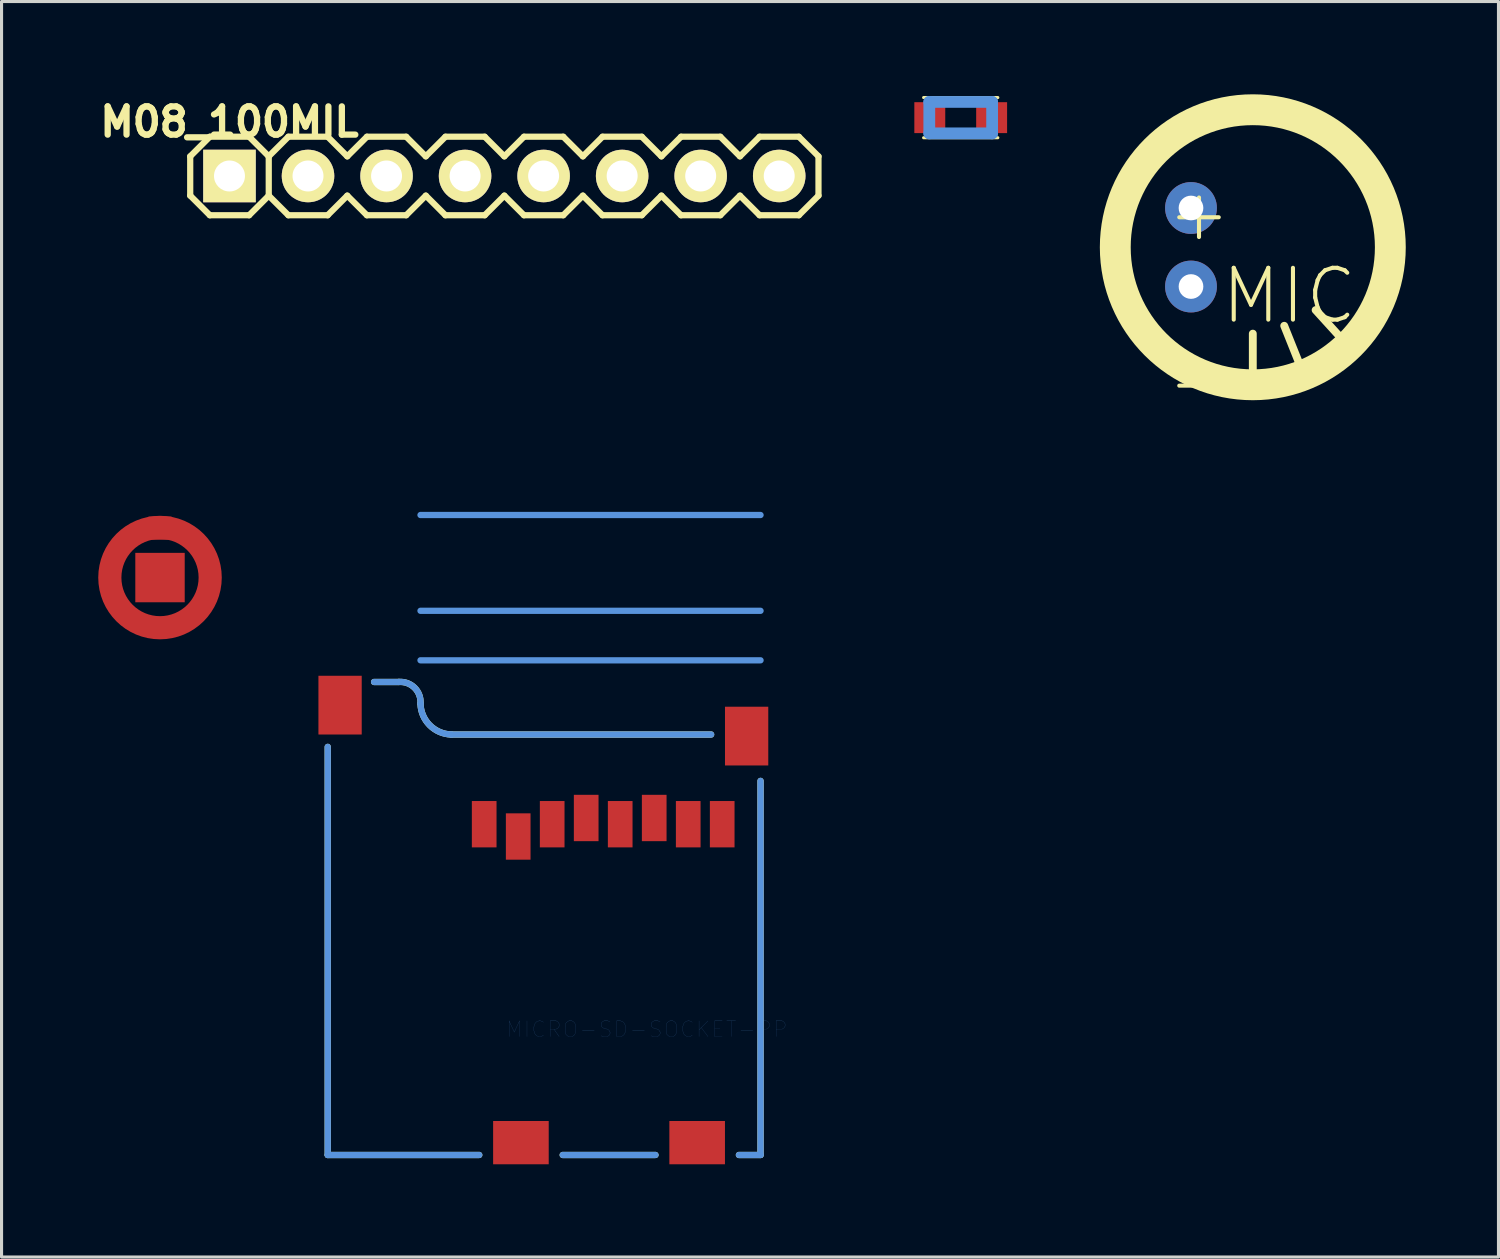
<source format=kicad_pcb>
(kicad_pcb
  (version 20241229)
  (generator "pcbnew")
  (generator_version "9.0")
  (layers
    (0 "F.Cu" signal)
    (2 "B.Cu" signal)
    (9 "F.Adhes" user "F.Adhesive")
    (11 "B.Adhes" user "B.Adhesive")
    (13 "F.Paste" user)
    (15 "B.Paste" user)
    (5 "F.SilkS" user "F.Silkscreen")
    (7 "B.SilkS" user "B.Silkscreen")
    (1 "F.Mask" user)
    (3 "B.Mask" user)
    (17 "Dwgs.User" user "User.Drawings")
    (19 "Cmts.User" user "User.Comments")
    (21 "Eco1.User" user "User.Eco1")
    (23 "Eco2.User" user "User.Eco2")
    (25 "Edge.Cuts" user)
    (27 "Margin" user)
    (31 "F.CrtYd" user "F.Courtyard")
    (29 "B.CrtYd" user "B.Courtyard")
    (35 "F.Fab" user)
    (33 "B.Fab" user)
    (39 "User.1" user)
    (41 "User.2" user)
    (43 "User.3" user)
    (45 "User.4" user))
  (footprint "MIC-9.7MM"
    (layer "F.Cu")
    (at 37.469 4.947)
    (property "Reference" "MIC-9.7MM" (at 0 0 0) (layer "Cmts.User") (effects (font (size 0.001 0.001) (thickness 0.000001))))
    (attr through_hole)
    (fp_line (start 0 4.699) (end 0 2.794) (stroke (width 0.254) (type solid)) (layer "F.SilkS"))
    (fp_line (start 1.778 4.445) (end 1.016 2.54) (stroke (width 0.254) (type solid)) (layer "F.SilkS"))
    (fp_line (start 3.302 3.429) (end 2.032 2.032) (stroke (width 0.254) (type solid)) (layer "F.SilkS"))
    (fp_circle (center 0 0) (end 4.448 0) (stroke (width 0.998) (type solid)) (fill no) (layer "F.SilkS"))
    (fp_text user "-" (at -1.74 4.346 0) (layer "F.SilkS") (effects (font (size 1.676 1.676) (thickness 0.132))))
    (fp_text user "MIC" (at 1.179 1.572 0) (layer "F.SilkS") (effects (font (size 1.676 1.676) (thickness 0.132))))
    (fp_text user "+" (at -1.74 -1.1 0) (layer "F.SilkS") (effects (font (size 1.676 1.676) (thickness 0.132))))
    (pad "GND" thru_hole oval (at -1.999 1.27) (size 1.676 1.676) (drill 0.798) (layers "*.Cu" "*.Mask"))
    (pad "POS" thru_hole oval (at -1.999 -1.27) (size 1.676 1.676) (drill 0.798) (layers "*.Cu" "*.Mask")))
  (footprint "MH2029"
    (layer "F.Cu")
    (at 28.022 0.755)
    (property "Reference" "MH2029" (at -0.05 -0.55 0) (layer "F.SilkS") (effects (font (size 0.2 0.2) (thickness 0.05))))
    (attr through_hole)
    (fp_line (start -1.2 -0.65) (end 1.2 -0.65) (stroke (width 0.1) (type solid)) (layer "F.SilkS"))
    (fp_line (start 1.2 0.65) (end -1.2 0.65) (stroke (width 0.1) (type solid)) (layer "F.SilkS"))
    (fp_line (start -1.016 -0.508) (end 1.016 -0.508) (stroke (width 0.381) (type solid)) (layer "Cmts.User"))
    (fp_line (start -1.016 0.508) (end -1.016 -0.508) (stroke (width 0.381) (type solid)) (layer "Cmts.User"))
    (fp_line (start 1.016 -0.508) (end 1.016 0.508) (stroke (width 0.381) (type solid)) (layer "Cmts.User"))
    (fp_line (start 1.016 0.508) (end -1.016 0.508) (stroke (width 0.381) (type solid)) (layer "Cmts.User"))
    (pad "1" smd rect (at -1 0) (size 1 1) (layers "F.Cu" "F.Mask" "F.Paste"))
    (pad "2" smd rect (at 1 0) (size 1 1) (layers "F.Cu" "F.Mask" "F.Paste")))
  (footprint "MICRO-SD-SOCKET-PP"
    (layer "F.Cu")
    (at 21.548 34.305)
    (property "Reference" "MICRO-SD-SOCKET-PP" (at -3.683 -4.064 0) (layer "Cmts.User") (effects (font (size 0.508 0.508) (thickness 0.003))))
    (attr through_hole)
    (fp_line (start -13.998 0) (end -13.998 -13.198) (stroke (width 0.203) (type solid)) (layer "F.SilkS"))
    (fp_line (start -13.998 0) (end -9.098 0) (stroke (width 0.203) (type solid)) (layer "F.SilkS"))
    (fp_line (start -11.699 -15.298) (end -12.499 -15.298) (stroke (width 0.203) (type solid)) (layer "F.SilkS"))
    (fp_line (start -10 -13.599) (end -1.598 -13.599) (stroke (width 0.203) (type solid)) (layer "F.SilkS"))
    (fp_line (start -3.399 0) (end -6.398 0) (stroke (width 0.203) (type solid)) (layer "F.SilkS"))
    (fp_line (start 0 -12.098) (end 0 0) (stroke (width 0.203) (type solid)) (layer "F.SilkS"))
    (fp_line (start 0 0) (end -0.699 0) (stroke (width 0.203) (type solid)) (layer "F.SilkS"))
    (fp_arc (start -11.69924 -15.29842) (mid -11.188194 -15.110312) (end -10.997998 -14.60004) (stroke (width 0.2032) (type solid)) (layer "F.SilkS"))
    (fp_arc (start -10.001751 -13.599265) (mid -10.700092 -13.900317) (end -10.9982 -14.59992) (stroke (width 0.2032) (type solid)) (layer "F.SilkS"))
    (fp_line (start -13.998 0) (end -13.998 -13.198) (stroke (width 0.203) (type solid)) (layer "Cmts.User"))
    (fp_line (start -13.998 0) (end -9.098 0) (stroke (width 0.203) (type solid)) (layer "Cmts.User"))
    (fp_line (start -11.699 -15.298) (end -12.499 -15.298) (stroke (width 0.203) (type solid)) (layer "Cmts.User"))
    (fp_line (start -10.998 -15.999) (end 0 -15.999) (stroke (width 0.203) (type solid)) (layer "Cmts.User"))
    (fp_line (start -10 -13.599) (end -1.598 -13.599) (stroke (width 0.203) (type solid)) (layer "Cmts.User"))
    (fp_line (start -3.399 0) (end -6.398 0) (stroke (width 0.203) (type solid)) (layer "Cmts.User"))
    (fp_line (start 0 -20.698) (end -10.998 -20.698) (stroke (width 0.203) (type solid)) (layer "Cmts.User"))
    (fp_line (start 0 -17.6) (end -10.998 -17.6) (stroke (width 0.203) (type solid)) (layer "Cmts.User"))
    (fp_line (start 0 -12.098) (end 0 0) (stroke (width 0.203) (type solid)) (layer "Cmts.User"))
    (fp_line (start 0 0) (end -0.699 0) (stroke (width 0.203) (type solid)) (layer "Cmts.User"))
    (fp_arc (start -11.69924 -15.29842) (mid -11.188194 -15.110312) (end -10.997998 -14.60004) (stroke (width 0.2032) (type solid)) (layer "Cmts.User"))
    (fp_arc (start -10.001751 -13.599265) (mid -10.700092 -13.900317) (end -10.9982 -14.59992) (stroke (width 0.2032) (type solid)) (layer "Cmts.User"))
    (pad "1" smd rect (at -8.938 -10.698) (size 0.798 1.499) (layers "F.Cu" "F.Mask" "F.Paste"))
    (pad "2" smd rect (at -7.838 -10.3) (size 0.798 1.499) (layers "F.Cu" "F.Mask" "F.Paste"))
    (pad "3" smd rect (at -6.739 -10.698) (size 0.798 1.499) (layers "F.Cu" "F.Mask" "F.Paste"))
    (pad "4" smd rect (at -5.639 -10.899) (size 0.798 1.499) (layers "F.Cu" "F.Mask" "F.Paste"))
    (pad "5" smd rect (at -4.539 -10.698) (size 0.798 1.499) (layers "F.Cu" "F.Mask" "F.Paste"))
    (pad "6" smd rect (at -3.439 -10.899) (size 0.798 1.499) (layers "F.Cu" "F.Mask" "F.Paste"))
    (pad "7" smd rect (at -2.339 -10.698) (size 0.798 1.499) (layers "F.Cu" "F.Mask" "F.Paste"))
    (pad "8" smd rect (at -1.24 -10.698) (size 0.798 1.499) (layers "F.Cu" "F.Mask" "F.Paste"))
    (pad "CD1" smd rect (at -2.05 -0.399) (size 1.798 1.4) (layers "F.Cu" "F.Mask" "F.Paste"))
    (pad "CD2" smd rect (at -7.75 -0.399) (size 1.798 1.4) (layers "F.Cu" "F.Mask" "F.Paste"))
    (pad "GND1" smd rect (at -0.45 -13.548) (size 1.4 1.9) (layers "F.Cu" "F.Mask" "F.Paste"))
    (pad "GND2" smd rect (at -13.599 -14.549) (size 1.4 1.9) (layers "F.Cu" "F.Mask" "F.Paste")))
  (footprint "M08_100MIL"
    (layer "F.Cu")
    (at 4.372 2.642)
    (property "Reference" "M08_100MIL" (at 0 -1.75 0) (layer "F.SilkS") (effects (font (size 0.914 0.914) (thickness 0.203))))
    (attr through_hole)
    (fp_line (start -1.27 -0.635) (end -0.635 -1.27) (stroke (width 0.201) (type solid)) (layer "F.SilkS"))
    (fp_line (start -1.27 0.635) (end -1.27 -0.635) (stroke (width 0.201) (type solid)) (layer "F.SilkS"))
    (fp_line (start -0.635 -1.27) (end 0.635 -1.27) (stroke (width 0.201) (type solid)) (layer "F.SilkS"))
    (fp_line (start -0.635 1.27) (end -1.27 0.635) (stroke (width 0.201) (type solid)) (layer "F.SilkS"))
    (fp_line (start 0.635 -1.27) (end 1.27 -0.635) (stroke (width 0.201) (type solid)) (layer "F.SilkS"))
    (fp_line (start 0.635 1.27) (end -0.635 1.27) (stroke (width 0.201) (type solid)) (layer "F.SilkS"))
    (fp_line (start 1.27 -0.635) (end 1.27 0.635) (stroke (width 0.201) (type solid)) (layer "F.SilkS"))
    (fp_line (start 1.27 -0.635) (end 1.905 -1.27) (stroke (width 0.201) (type solid)) (layer "F.SilkS"))
    (fp_line (start 1.27 0.635) (end 0.635 1.27) (stroke (width 0.201) (type solid)) (layer "F.SilkS"))
    (fp_line (start 1.905 -1.27) (end 3.175 -1.27) (stroke (width 0.201) (type solid)) (layer "F.SilkS"))
    (fp_line (start 1.905 1.27) (end 1.27 0.635) (stroke (width 0.201) (type solid)) (layer "F.SilkS"))
    (fp_line (start 3.175 -1.27) (end 3.81 -0.635) (stroke (width 0.201) (type solid)) (layer "F.SilkS"))
    (fp_line (start 3.175 1.27) (end 1.905 1.27) (stroke (width 0.201) (type solid)) (layer "F.SilkS"))
    (fp_line (start 3.81 -0.635) (end 4.445 -1.27) (stroke (width 0.201) (type solid)) (layer "F.SilkS"))
    (fp_line (start 3.81 0.635) (end 3.175 1.27) (stroke (width 0.201) (type solid)) (layer "F.SilkS"))
    (fp_line (start 4.445 -1.27) (end 5.715 -1.27) (stroke (width 0.201) (type solid)) (layer "F.SilkS"))
    (fp_line (start 4.445 1.27) (end 3.81 0.635) (stroke (width 0.201) (type solid)) (layer "F.SilkS"))
    (fp_line (start 5.715 -1.27) (end 6.35 -0.635) (stroke (width 0.201) (type solid)) (layer "F.SilkS"))
    (fp_line (start 5.715 1.27) (end 4.445 1.27) (stroke (width 0.201) (type solid)) (layer "F.SilkS"))
    (fp_line (start 6.35 -0.635) (end 6.985 -1.27) (stroke (width 0.201) (type solid)) (layer "F.SilkS"))
    (fp_line (start 6.35 0.635) (end 5.715 1.27) (stroke (width 0.201) (type solid)) (layer "F.SilkS"))
    (fp_line (start 6.985 -1.27) (end 8.255 -1.27) (stroke (width 0.201) (type solid)) (layer "F.SilkS"))
    (fp_line (start 6.985 1.27) (end 6.35 0.635) (stroke (width 0.201) (type solid)) (layer "F.SilkS"))
    (fp_line (start 8.255 -1.27) (end 8.89 -0.635) (stroke (width 0.201) (type solid)) (layer "F.SilkS"))
    (fp_line (start 8.255 1.27) (end 6.985 1.27) (stroke (width 0.201) (type solid)) (layer "F.SilkS"))
    (fp_line (start 8.89 -0.635) (end 9.525 -1.27) (stroke (width 0.201) (type solid)) (layer "F.SilkS"))
    (fp_line (start 8.89 0.635) (end 8.255 1.27) (stroke (width 0.201) (type solid)) (layer "F.SilkS"))
    (fp_line (start 9.525 -1.27) (end 10.795 -1.27) (stroke (width 0.201) (type solid)) (layer "F.SilkS"))
    (fp_line (start 9.525 1.27) (end 8.89 0.635) (stroke (width 0.201) (type solid)) (layer "F.SilkS"))
    (fp_line (start 10.795 -1.27) (end 11.43 -0.635) (stroke (width 0.201) (type solid)) (layer "F.SilkS"))
    (fp_line (start 10.795 1.27) (end 9.525 1.27) (stroke (width 0.201) (type solid)) (layer "F.SilkS"))
    (fp_line (start 11.43 -0.635) (end 12.065 -1.27) (stroke (width 0.201) (type solid)) (layer "F.SilkS"))
    (fp_line (start 11.43 0.635) (end 10.795 1.27) (stroke (width 0.201) (type solid)) (layer "F.SilkS"))
    (fp_line (start 12.065 -1.27) (end 13.335 -1.27) (stroke (width 0.201) (type solid)) (layer "F.SilkS"))
    (fp_line (start 12.065 1.27) (end 11.43 0.635) (stroke (width 0.201) (type solid)) (layer "F.SilkS"))
    (fp_line (start 13.335 -1.27) (end 13.97 -0.635) (stroke (width 0.201) (type solid)) (layer "F.SilkS"))
    (fp_line (start 13.335 1.27) (end 12.065 1.27) (stroke (width 0.201) (type solid)) (layer "F.SilkS"))
    (fp_line (start 13.97 -0.635) (end 14.605 -1.27) (stroke (width 0.201) (type solid)) (layer "F.SilkS"))
    (fp_line (start 13.97 0.635) (end 13.335 1.27) (stroke (width 0.201) (type solid)) (layer "F.SilkS"))
    (fp_line (start 14.605 -1.27) (end 15.875 -1.27) (stroke (width 0.201) (type solid)) (layer "F.SilkS"))
    (fp_line (start 14.605 1.27) (end 13.97 0.635) (stroke (width 0.201) (type solid)) (layer "F.SilkS"))
    (fp_line (start 15.875 -1.27) (end 16.51 -0.635) (stroke (width 0.201) (type solid)) (layer "F.SilkS"))
    (fp_line (start 15.875 1.27) (end 14.605 1.27) (stroke (width 0.201) (type solid)) (layer "F.SilkS"))
    (fp_line (start 16.51 -0.635) (end 17.145 -1.27) (stroke (width 0.201) (type solid)) (layer "F.SilkS"))
    (fp_line (start 16.51 0.635) (end 15.875 1.27) (stroke (width 0.201) (type solid)) (layer "F.SilkS"))
    (fp_line (start 17.145 -1.27) (end 18.415 -1.27) (stroke (width 0.201) (type solid)) (layer "F.SilkS"))
    (fp_line (start 17.145 1.27) (end 16.51 0.635) (stroke (width 0.201) (type solid)) (layer "F.SilkS"))
    (fp_line (start 18.415 -1.27) (end 19.05 -0.635) (stroke (width 0.201) (type solid)) (layer "F.SilkS"))
    (fp_line (start 18.415 1.27) (end 17.145 1.27) (stroke (width 0.201) (type solid)) (layer "F.SilkS"))
    (fp_line (start 19.05 -0.635) (end 19.05 0.635) (stroke (width 0.201) (type solid)) (layer "F.SilkS"))
    (fp_line (start 19.05 0.635) (end 18.415 1.27) (stroke (width 0.201) (type solid)) (layer "F.SilkS"))
    (pad "1" thru_hole rect (at 0 0) (size 1.699 1.699) (drill 1.001) (layers "*.Cu" "*.Mask" "F.SilkS"))
    (pad "2" thru_hole circle (at 2.54 0) (size 1.699 1.699) (drill 1.001) (layers "*.Cu" "*.Mask" "F.SilkS"))
    (pad "3" thru_hole circle (at 5.08 0) (size 1.699 1.699) (drill 1.001) (layers "*.Cu" "*.Mask" "F.SilkS"))
    (pad "4" thru_hole circle (at 7.62 0) (size 1.699 1.699) (drill 1.001) (layers "*.Cu" "*.Mask" "F.SilkS"))
    (pad "5" thru_hole circle (at 10.16 0) (size 1.699 1.699) (drill 1.001) (layers "*.Cu" "*.Mask" "F.SilkS"))
    (pad "6" thru_hole circle (at 12.7 0) (size 1.699 1.699) (drill 1.001) (layers "*.Cu" "*.Mask" "F.SilkS"))
    (pad "7" thru_hole circle (at 15.24 0) (size 1.699 1.699) (drill 1.001) (layers "*.Cu" "*.Mask" "F.SilkS"))
    (pad "8" thru_hole circle (at 17.78 0) (size 1.699 1.699) (drill 1.001) (layers "*.Cu" "*.Mask" "F.SilkS")))
  (footprint "MIC_ELECTRET_SMD"
    (layer "F.Cu")
    (at 2.125 15.63)
    (property "Reference" "MIC_ELECTRET_SMD" (at 0 0 0) (layer "Cmts.User") (effects (font (size 0.001 0.001) (thickness 0.000001))))
    (attr through_hole)
    (fp_circle (center 0 0) (end 1.623 0) (stroke (width 0.749) (type solid)) (fill no) (layer "F.Cu"))
    (fp_circle (center 0 0) (end 1.626 0) (stroke (width 0.998) (type solid)) (fill no) (layer "F.Mask"))
    (fp_circle (center 0 0) (end 1.623 0) (stroke (width 0.749) (type solid)) (fill no) (layer "F.Paste"))
    (pad "GND" smd rect (at 0 -1.598) (size 0.749 0.749) (layers "F.Cu" "F.Mask" "F.Paste"))
    (pad "POS" smd rect (at 0 0) (size 1.598 1.598) (layers "F.Cu" "F.Mask" "F.Paste")))
  (gr_rect
    (start -3 -3)
    (end 45.415 37.606)
    (stroke (width 0.1) (type default))
    (fill no)
    (layer "Edge.Cuts")))
</source>
